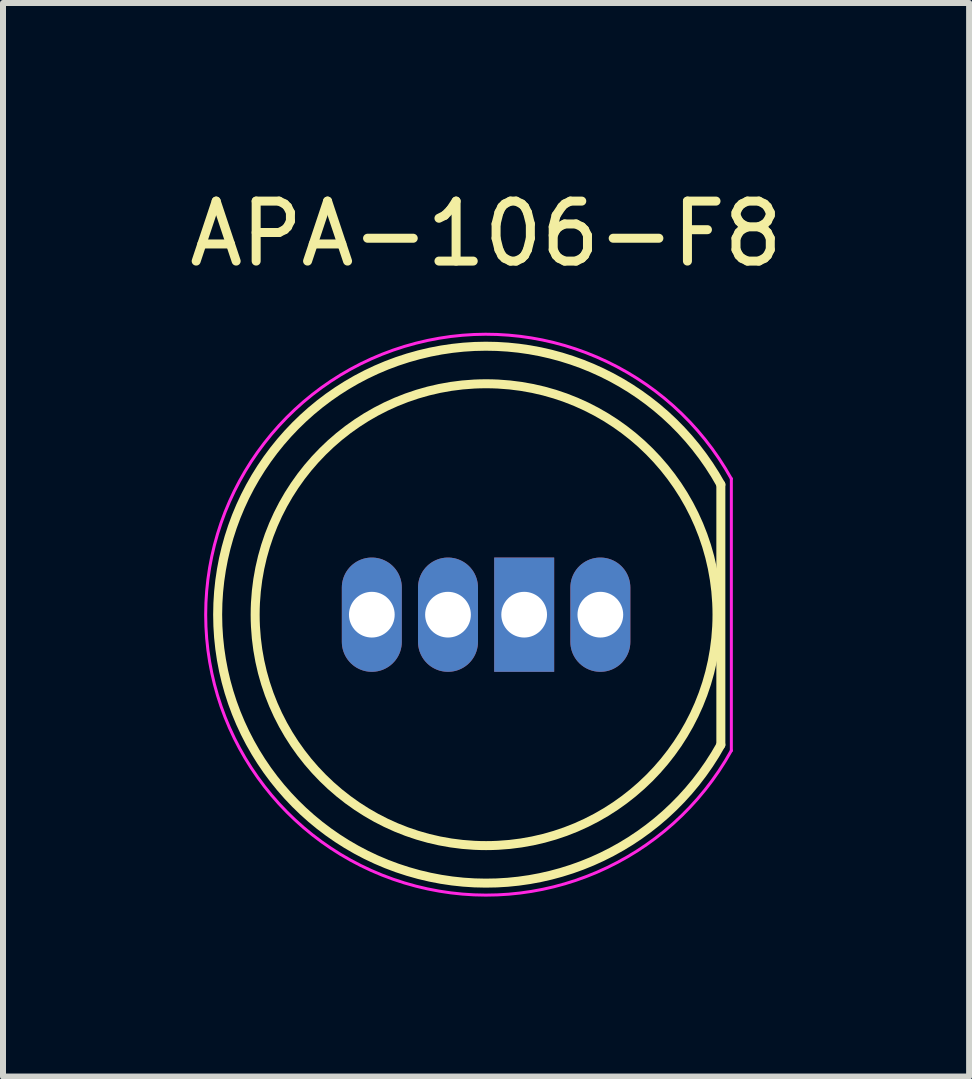
<source format=kicad_pcb>
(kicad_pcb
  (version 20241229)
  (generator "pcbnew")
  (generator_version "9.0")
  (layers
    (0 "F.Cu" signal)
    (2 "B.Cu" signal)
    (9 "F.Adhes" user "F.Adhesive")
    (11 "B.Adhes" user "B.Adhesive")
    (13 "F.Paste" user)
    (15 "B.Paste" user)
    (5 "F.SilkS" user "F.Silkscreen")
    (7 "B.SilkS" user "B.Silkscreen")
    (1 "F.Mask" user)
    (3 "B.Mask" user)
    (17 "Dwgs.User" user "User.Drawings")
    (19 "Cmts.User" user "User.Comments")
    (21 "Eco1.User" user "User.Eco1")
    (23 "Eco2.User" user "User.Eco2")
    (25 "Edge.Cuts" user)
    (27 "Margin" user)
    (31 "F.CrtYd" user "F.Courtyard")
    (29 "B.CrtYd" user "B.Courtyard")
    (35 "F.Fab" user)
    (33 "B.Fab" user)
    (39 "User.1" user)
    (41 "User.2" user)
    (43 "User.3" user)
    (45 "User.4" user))
  (footprint "APA-106-F8"
    (layer "F.Cu")
    (at 5.054 7.198)
    (property "Reference" "APA-106-F8" (at 0 -6.35 180) (layer "F.SilkS") (effects (font (size 1 1) (thickness 0.15))))
    (attr through_hole)
    (fp_line (start 3.914 2.17) (end 3.914 -2.17) (stroke (width 0.15) (type solid)) (layer "F.SilkS"))
    (fp_arc (start 3.914 2.17) (mid -4.475298 -0.00038) (end 3.914368 -2.169335) (stroke (width 0.15) (type solid)) (layer "F.SilkS"))
    (fp_circle (center 0 0) (end 0 3.85) (stroke (width 0.15) (type solid)) (fill no) (layer "F.SilkS"))
    (fp_line (start 4.089 2.266) (end 4.089 -2.266) (stroke (width 0.05) (type solid)) (layer "F.CrtYd"))
    (fp_arc (start 4.089 2.266) (mid -4.674899 0.000498) (end 4.088517 -2.266872) (stroke (width 0.05) (type solid)) (layer "F.CrtYd"))
    (pad "1" thru_hole oval (at -1.905 0 90) (size 1.905 1) (drill 0.762) (layers "*.Cu" "*.Mask"))
    (pad "2" thru_hole oval (at -0.635 0 90) (size 1.905 1) (drill 0.762) (layers "*.Cu" "*.Mask"))
    (pad "3" thru_hole rect (at 0.635 0 90) (size 1.905 1) (drill 0.762) (layers "*.Cu" "*.Mask"))
    (pad "4" thru_hole oval (at 1.905 0 90) (size 1.905 1) (drill 0.762) (layers "*.Cu" "*.Mask")))
  (gr_rect
    (start -3 -3)
    (end 13.107 14.898)
    (stroke (width 0.1) (type default))
    (fill no)
    (layer "Edge.Cuts")))
</source>
